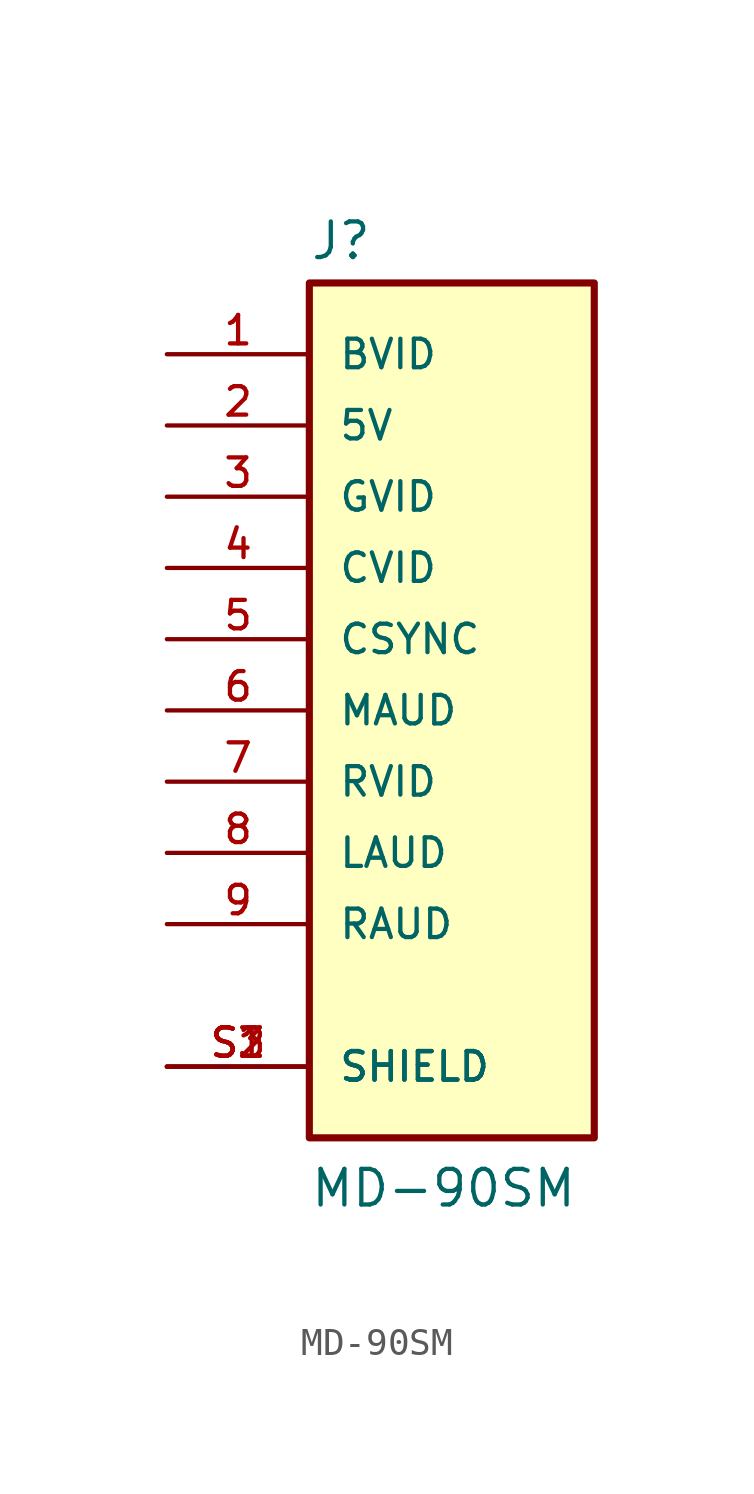
<source format=kicad_sym>
(kicad_symbol_lib
  (version 20220914)
  (generator kicad_symbol_editor)
  (symbol "MD-90SM"
    (pin_names
      (offset 1.016))
    (property "Reference" "J"
      (at -5.08 16.002 0)
      (effects (font (size 1.27 1.27)) (justify left bottom)))
    (property "Value" "MD-90SM"
      (at -5.08 -17.78 0)
      (effects (font (size 1.27 1.27)) (justify left bottom)))
    (symbol "MD-90SM_0_0"
      (rectangle (start -5.08 15.24) (end 5.08 -15.24) (stroke (width 0.254) (type default)) (fill (type background)))
      (pin passive line (at -10.16 -12.7 0) (length 5.08) (name "SHIELD" (effects (font (size 1.016 1.016)))) (number "S1" (effects (font (size 1.016 1.016)))))
      (pin passive line (at -10.16 -12.7 0) (length 5.08) (name "SHIELD" (effects (font (size 1.016 1.016)))) (number "S2" (effects (font (size 1.016 1.016)))))
      (pin passive line (at -10.16 -12.7 0) (length 5.08) (name "SHIELD" (effects (font (size 1.016 1.016)))) (number "S3" (effects (font (size 1.016 1.016))))))
    (symbol "MD-90SM_1_0"
      (pin passive line (at -10.16 12.7 0) (length 5.08) (name "BVID" (effects (font (size 1.016 1.016)))) (number "1" (effects (font (size 1.016 1.016)))))
      (pin passive line (at -10.16 10.16 0) (length 5.08) (name "5V" (effects (font (size 1.016 1.016)))) (number "2" (effects (font (size 1.016 1.016)))))
      (pin passive line (at -10.16 7.62 0) (length 5.08) (name "GVID" (effects (font (size 1.016 1.016)))) (number "3" (effects (font (size 1.016 1.016)))))
      (pin passive line (at -10.16 5.08 0) (length 5.08) (name "CVID" (effects (font (size 1.016 1.016)))) (number "4" (effects (font (size 1.016 1.016)))))
      (pin passive line (at -10.16 2.54 0) (length 5.08) (name "CSYNC" (effects (font (size 1.016 1.016)))) (number "5" (effects (font (size 1.016 1.016)))))
      (pin passive line (at -10.16 0 0) (length 5.08) (name "MAUD" (effects (font (size 1.016 1.016)))) (number "6" (effects (font (size 1.016 1.016)))))
      (pin passive line (at -10.16 -2.54 0) (length 5.08) (name "RVID" (effects (font (size 1.016 1.016)))) (number "7" (effects (font (size 1.016 1.016)))))
      (pin passive line (at -10.16 -5.08 0) (length 5.08) (name "LAUD" (effects (font (size 1.016 1.016)))) (number "8" (effects (font (size 1.016 1.016)))))
      (pin passive line (at -10.16 -7.62 0) (length 5.08) (name "RAUD" (effects (font (size 1.016 1.016)))) (number "9" (effects (font (size 1.016 1.016))))))))
</source>
